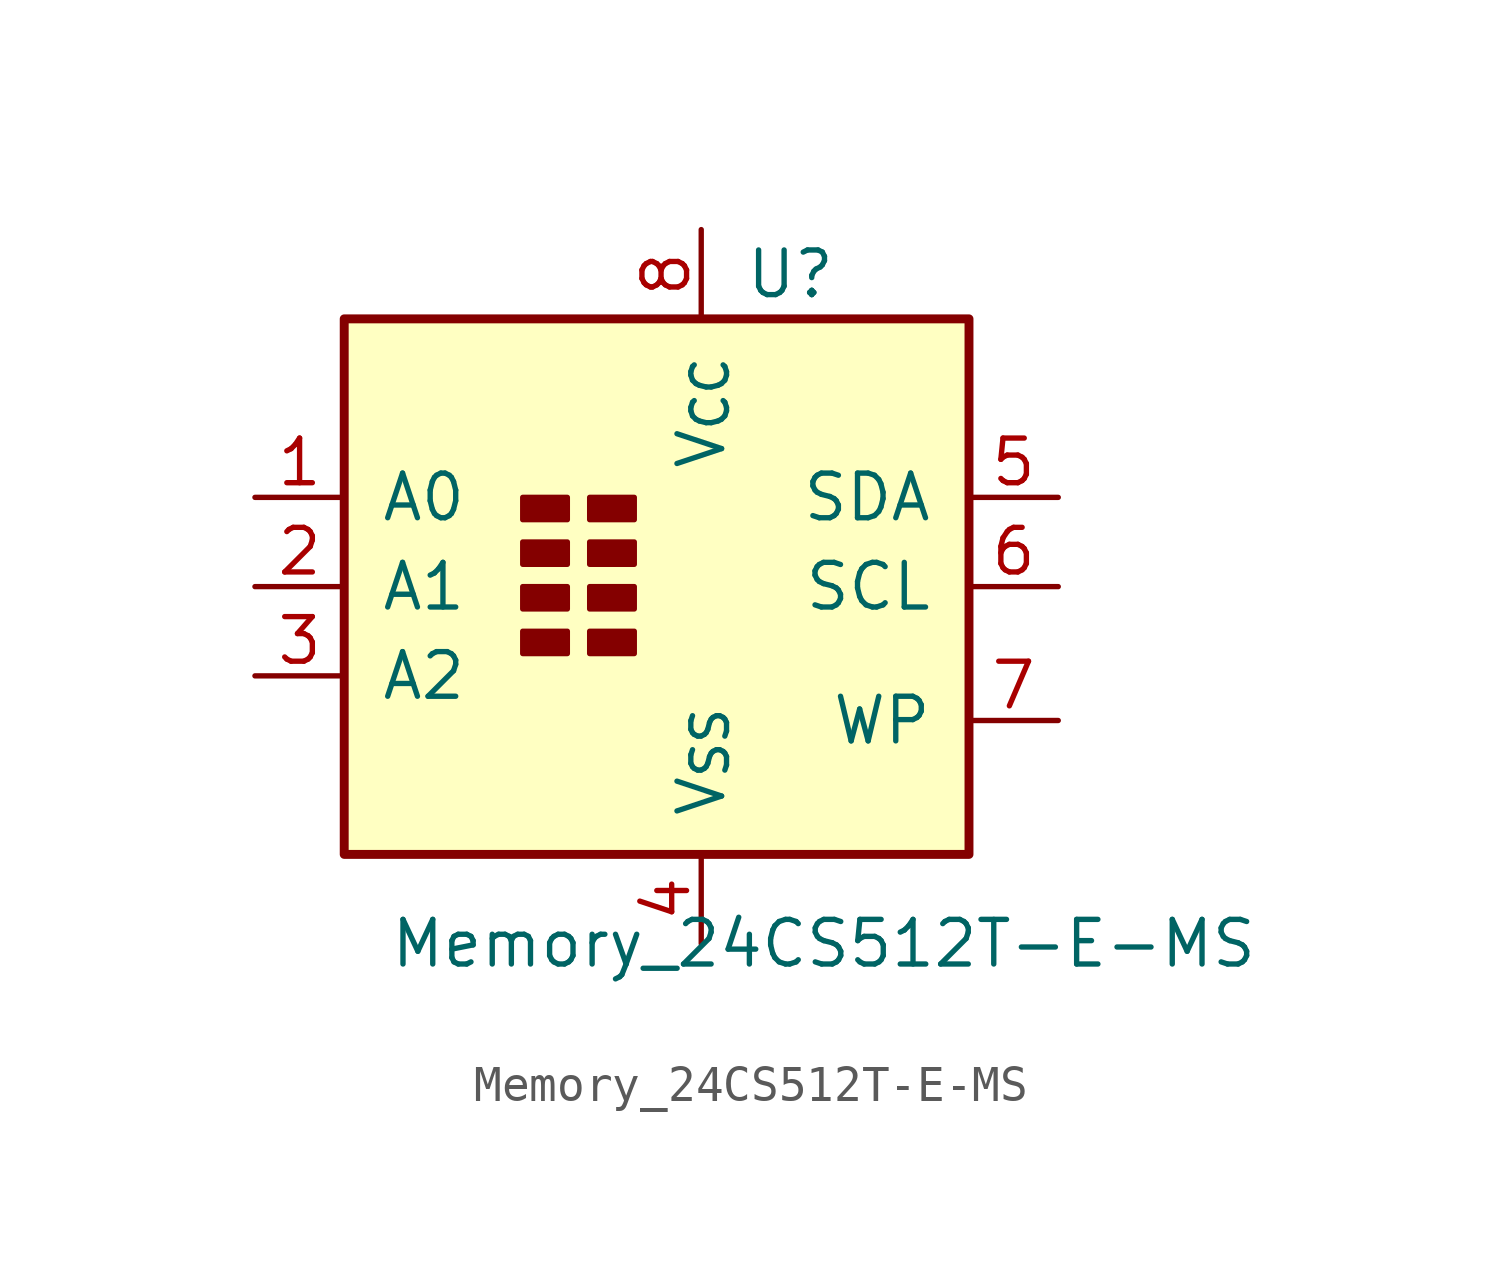
<source format=kicad_sym>
(kicad_symbol_lib
  (version 20211014)
  (generator kicad_symbol_editor)
  (symbol "Memory_24CS512T-E-MS"
    (pin_names
      (offset 1.016))
    (property "Reference" "U"
      (at 2.54 8.89 0)
      (effects (font (size 1.27 1.27))))
    (property "Value" "Memory_24CS512T-E-MS"
      (at -8.89 -10.16 0)
      (effects (font (size 1.27 1.27)) (justify left)))
    (symbol "Memory_24CS512T-E-MS_0_1"
      (rectangle (start -10.16 7.62) (end 7.62 -7.62) (stroke (width 0.254) (type default) (color 0 0 0 0)) (fill (type background)))
      (rectangle (start -5.08 -1.27) (end -3.81 -1.905) (stroke (width 0) (type default) (color 0 0 0 0)) (fill (type outline)))
      (rectangle (start -5.08 0) (end -3.81 -0.635) (stroke (width 0) (type default) (color 0 0 0 0)) (fill (type outline)))
      (rectangle (start -5.08 1.27) (end -3.81 0.635) (stroke (width 0) (type default) (color 0 0 0 0)) (fill (type outline)))
      (rectangle (start -5.08 2.54) (end -3.81 1.905) (stroke (width 0) (type default) (color 0 0 0 0)) (fill (type outline)))
      (rectangle (start -3.175 -1.27) (end -1.905 -1.905) (stroke (width 0) (type default) (color 0 0 0 0)) (fill (type outline)))
      (rectangle (start -3.175 0) (end -1.905 -0.635) (stroke (width 0) (type default) (color 0 0 0 0)) (fill (type outline)))
      (rectangle (start -3.175 1.27) (end -1.905 0.635) (stroke (width 0) (type default) (color 0 0 0 0)) (fill (type outline)))
      (rectangle (start -3.175 2.54) (end -1.905 1.905) (stroke (width 0) (type default) (color 0 0 0 0)) (fill (type outline))))
    (symbol "Memory_24CS512T-E-MS_1_1"
      (pin input line (at -12.7 2.54 0) (length 2.54) (name "A0" (effects (font (size 1.27 1.27)))) (number "1" (effects (font (size 1.27 1.27)))))
      (pin input line (at -12.7 0 0) (length 2.54) (name "A1" (effects (font (size 1.27 1.27)))) (number "2" (effects (font (size 1.27 1.27)))))
      (pin input line (at -12.7 -2.54 0) (length 2.54) (name "A2" (effects (font (size 1.27 1.27)))) (number "3" (effects (font (size 1.27 1.27)))))
      (pin power_in line (at 0 -10.16 90) (length 2.54) (name "V_{SS}" (effects (font (size 1.27 1.27)))) (number "4" (effects (font (size 1.27 1.27)))))
      (pin open_collector line (at 10.16 2.54 180) (length 2.54) (name "SDA" (effects (font (size 1.27 1.27)))) (number "5" (effects (font (size 1.27 1.27)))))
      (pin open_collector line (at 10.16 0 180) (length 2.54) (name "SCL" (effects (font (size 1.27 1.27)))) (number "6" (effects (font (size 1.27 1.27)))))
      (pin input line (at 10.16 -3.81 180) (length 2.54) (name "WP" (effects (font (size 1.27 1.27)))) (number "7" (effects (font (size 1.27 1.27)))))
      (pin power_in line (at 0 10.16 270) (length 2.54) (name "V_{CC}" (effects (font (size 1.27 1.27)))) (number "8" (effects (font (size 1.27 1.27))))))))
</source>
